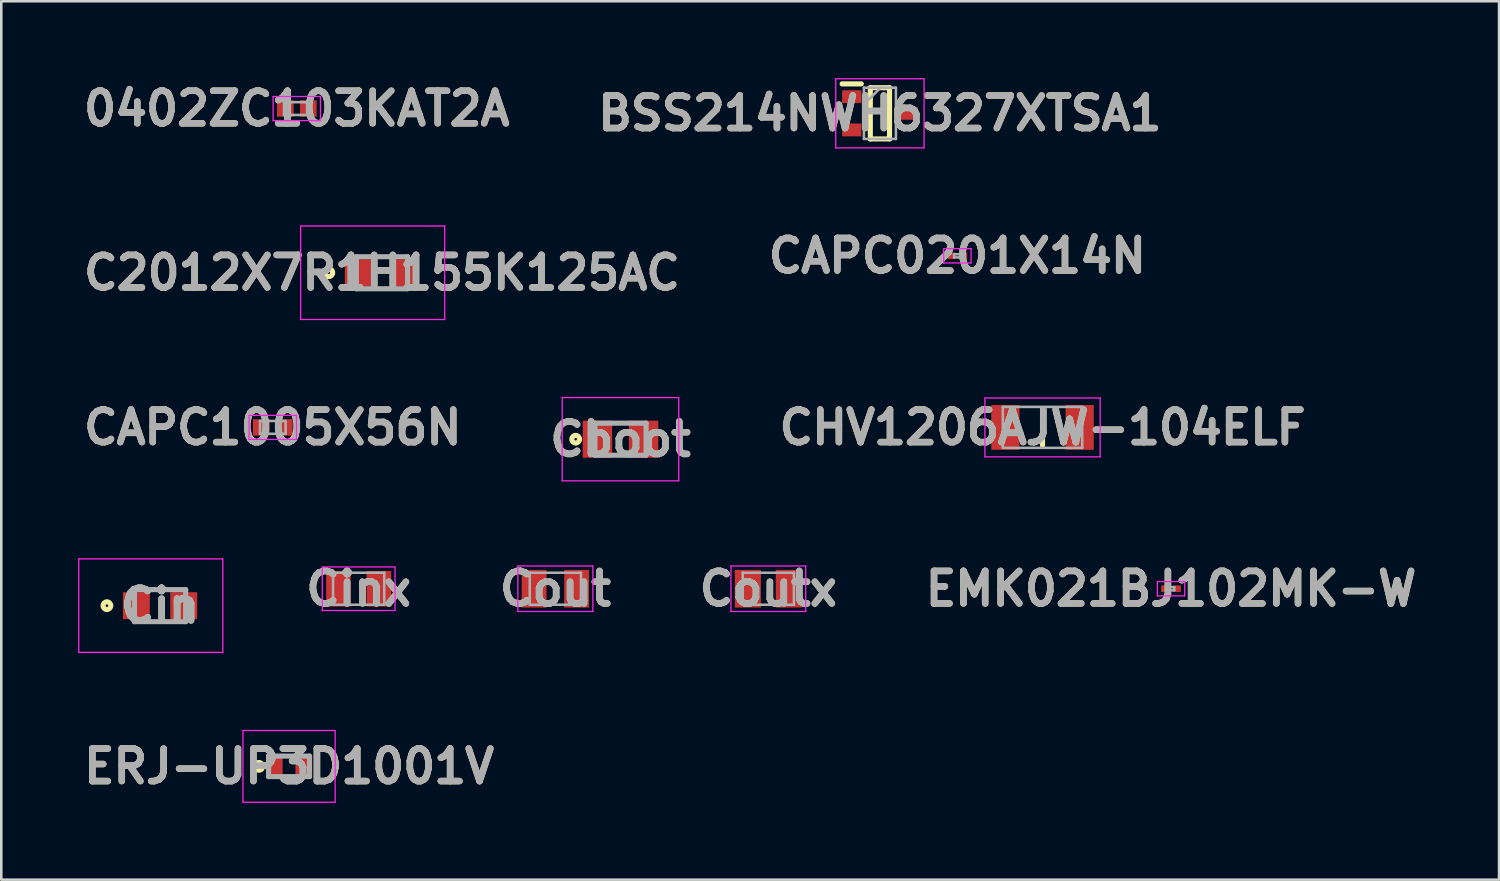
<source format=kicad_pcb>
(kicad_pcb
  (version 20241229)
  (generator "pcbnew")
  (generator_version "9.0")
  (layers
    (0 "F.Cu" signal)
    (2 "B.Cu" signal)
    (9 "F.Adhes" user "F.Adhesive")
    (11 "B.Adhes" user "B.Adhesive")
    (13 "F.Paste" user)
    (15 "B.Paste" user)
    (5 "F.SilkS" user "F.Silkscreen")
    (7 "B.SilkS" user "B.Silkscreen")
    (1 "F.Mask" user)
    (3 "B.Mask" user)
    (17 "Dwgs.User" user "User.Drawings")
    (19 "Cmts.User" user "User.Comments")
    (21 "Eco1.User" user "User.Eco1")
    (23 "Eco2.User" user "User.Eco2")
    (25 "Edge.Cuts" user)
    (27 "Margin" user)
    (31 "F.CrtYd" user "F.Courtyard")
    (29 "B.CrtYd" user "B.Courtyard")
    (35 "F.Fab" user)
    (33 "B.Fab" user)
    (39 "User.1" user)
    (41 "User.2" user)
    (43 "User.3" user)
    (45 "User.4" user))
  (footprint "ERJ-UP3D1001V"
    (layer "F.Cu")
    (at 8.237 26.875)
    (property "Reference" "ERJ-UP3D1001V" (at 0 0 0) (layer "F.SilkS") (effects (font (size 1.27 1.27) (thickness 0.254))))
    (attr smd)
    (fp_circle (center -1.175 0) (end -1.175 0.05) (stroke (width 0.2) (type solid)) (fill no) (layer "F.SilkS"))
    (fp_line (start -1.8 -1.4) (end 1.8 -1.4) (stroke (width 0.05) (type solid)) (layer "F.CrtYd"))
    (fp_line (start -1.8 1.4) (end -1.8 -1.4) (stroke (width 0.05) (type solid)) (layer "F.CrtYd"))
    (fp_line (start 1.8 -1.4) (end 1.8 1.4) (stroke (width 0.05) (type solid)) (layer "F.CrtYd"))
    (fp_line (start 1.8 1.4) (end -1.8 1.4) (stroke (width 0.05) (type solid)) (layer "F.CrtYd"))
    (fp_line (start -0.8 -0.4) (end 0.8 -0.4) (stroke (width 0.2) (type solid)) (layer "F.Fab"))
    (fp_line (start -0.8 0.4) (end -0.8 -0.4) (stroke (width 0.2) (type solid)) (layer "F.Fab"))
    (fp_line (start 0.8 -0.4) (end 0.8 0.4) (stroke (width 0.2) (type solid)) (layer "F.Fab"))
    (fp_line (start 0.8 0.4) (end -0.8 0.4) (stroke (width 0.2) (type solid)) (layer "F.Fab"))
    (fp_text user "${REFERENCE}" (at 0 0 0) (layer "F.Fab") (effects (font (size 1.27 1.27) (thickness 0.254))))
    (pad "1" smd rect (at -0.575 0) (size 0.65 0.9) (layers "F.Cu" "F.Mask" "F.Paste"))
    (pad "2" smd rect (at 0.575 0) (size 0.65 0.9) (layers "F.Cu" "F.Mask" "F.Paste")))
  (footprint "Cout"
    (layer "F.Cu")
    (at 18.636 19.939)
    (property "Reference" "Cout" (at 0 0 0) (layer "F.SilkS") (effects (font (size 1.27 1.27) (thickness 0.254))))
    (attr smd)
    (fp_line (start -1.465 -0.89) (end 1.465 -0.89) (stroke (width 0.05) (type solid)) (layer "F.CrtYd"))
    (fp_line (start -1.465 0.89) (end -1.465 -0.89) (stroke (width 0.05) (type solid)) (layer "F.CrtYd"))
    (fp_line (start 1.465 -0.89) (end 1.465 0.89) (stroke (width 0.05) (type solid)) (layer "F.CrtYd"))
    (fp_line (start 1.465 0.89) (end -1.465 0.89) (stroke (width 0.05) (type solid)) (layer "F.CrtYd"))
    (fp_line (start -1 -0.625) (end 1 -0.625) (stroke (width 0.1) (type solid)) (layer "F.Fab"))
    (fp_line (start -1 0.625) (end -1 -0.625) (stroke (width 0.1) (type solid)) (layer "F.Fab"))
    (fp_line (start 1 -0.625) (end 1 0.625) (stroke (width 0.1) (type solid)) (layer "F.Fab"))
    (fp_line (start 1 0.625) (end -1 0.625) (stroke (width 0.1) (type solid)) (layer "F.Fab"))
    (fp_text user "${REFERENCE}" (at 0 0 0) (layer "F.Fab") (effects (font (size 1.27 1.27) (thickness 0.254))))
    (pad "1" smd rect (at -0.83 0) (size 0.97 1.47) (layers "F.Cu" "F.Mask" "F.Paste"))
    (pad "2" smd rect (at 0.83 0) (size 0.97 1.47) (layers "F.Cu" "F.Mask" "F.Paste")))
  (footprint "CAPC1005X56N"
    (layer "F.Cu")
    (at 7.602 13.639)
    (property "Reference" "CAPC1005X56N" (at 0 0 0) (layer "F.SilkS") (effects (font (size 1.27 1.27) (thickness 0.254))))
    (attr smd)
    (fp_line (start -0.925 -0.47) (end 0.925 -0.47) (stroke (width 0.05) (type solid)) (layer "F.CrtYd"))
    (fp_line (start -0.925 0.47) (end -0.925 -0.47) (stroke (width 0.05) (type solid)) (layer "F.CrtYd"))
    (fp_line (start 0.925 -0.47) (end 0.925 0.47) (stroke (width 0.05) (type solid)) (layer "F.CrtYd"))
    (fp_line (start 0.925 0.47) (end -0.925 0.47) (stroke (width 0.05) (type solid)) (layer "F.CrtYd"))
    (fp_line (start -0.5 -0.25) (end 0.5 -0.25) (stroke (width 0.1) (type solid)) (layer "F.Fab"))
    (fp_line (start -0.5 0.25) (end -0.5 -0.25) (stroke (width 0.1) (type solid)) (layer "F.Fab"))
    (fp_line (start 0.5 -0.25) (end 0.5 0.25) (stroke (width 0.1) (type solid)) (layer "F.Fab"))
    (fp_line (start 0.5 0.25) (end -0.5 0.25) (stroke (width 0.1) (type solid)) (layer "F.Fab"))
    (fp_text user "${REFERENCE}" (at 0 0 0) (layer "F.Fab") (effects (font (size 1.27 1.27) (thickness 0.254))))
    (pad "1" smd rect (at -0.45 0 90) (size 0.64 0.65) (layers "F.Cu" "F.Mask" "F.Paste"))
    (pad "2" smd rect (at 0.45 0 90) (size 0.64 0.65) (layers "F.Cu" "F.Mask" "F.Paste")))
  (footprint "Cinx"
    (layer "F.Cu")
    (at 10.955 19.939)
    (property "Reference" "Cinx" (at 0 0 0) (layer "F.SilkS") (effects (font (size 1.27 1.27) (thickness 0.254))))
    (attr smd)
    (fp_line (start -1.42 -0.85) (end 1.42 -0.85) (stroke (width 0.05) (type solid)) (layer "F.CrtYd"))
    (fp_line (start -1.42 0.85) (end -1.42 -0.85) (stroke (width 0.05) (type solid)) (layer "F.CrtYd"))
    (fp_line (start 1.42 -0.85) (end 1.42 0.85) (stroke (width 0.05) (type solid)) (layer "F.CrtYd"))
    (fp_line (start 1.42 0.85) (end -1.42 0.85) (stroke (width 0.05) (type solid)) (layer "F.CrtYd"))
    (fp_line (start -1 -0.625) (end 1 -0.625) (stroke (width 0.1) (type solid)) (layer "F.Fab"))
    (fp_line (start -1 0.625) (end -1 -0.625) (stroke (width 0.1) (type solid)) (layer "F.Fab"))
    (fp_line (start 1 -0.625) (end 1 0.625) (stroke (width 0.1) (type solid)) (layer "F.Fab"))
    (fp_line (start 1 0.625) (end -1 0.625) (stroke (width 0.1) (type solid)) (layer "F.Fab"))
    (fp_text user "${REFERENCE}" (at 0 0 0) (layer "F.Fab") (effects (font (size 1.27 1.27) (thickness 0.254))))
    (pad "1" smd rect (at -0.79 0) (size 0.96 1.39) (layers "F.Cu" "F.Mask" "F.Paste"))
    (pad "2" smd rect (at 0.79 0) (size 0.96 1.39) (layers "F.Cu" "F.Mask" "F.Paste")))
  (footprint "EMK021BJ102MK-W"
    (layer "F.Cu")
    (at 42.676 19.939)
    (property "Reference" "EMK021BJ102MK-W" (at 0 0 0) (layer "F.SilkS") (effects (font (size 1.27 1.27) (thickness 0.254))))
    (attr smd)
    (fp_line (start -0.535 -0.28) (end 0.535 -0.28) (stroke (width 0.05) (type solid)) (layer "F.CrtYd"))
    (fp_line (start -0.535 0.28) (end -0.535 -0.28) (stroke (width 0.05) (type solid)) (layer "F.CrtYd"))
    (fp_line (start 0.535 -0.28) (end 0.535 0.28) (stroke (width 0.05) (type solid)) (layer "F.CrtYd"))
    (fp_line (start 0.535 0.28) (end -0.535 0.28) (stroke (width 0.05) (type solid)) (layer "F.CrtYd"))
    (fp_line (start -0.125 -0.062) (end 0.125 -0.062) (stroke (width 0.1) (type solid)) (layer "F.Fab"))
    (fp_line (start -0.125 0.062) (end -0.125 -0.062) (stroke (width 0.1) (type solid)) (layer "F.Fab"))
    (fp_line (start 0.125 -0.062) (end 0.125 0.062) (stroke (width 0.1) (type solid)) (layer "F.Fab"))
    (fp_line (start 0.125 0.062) (end -0.125 0.062) (stroke (width 0.1) (type solid)) (layer "F.Fab"))
    (fp_text user "${REFERENCE}" (at 0 0 0) (layer "F.Fab") (effects (font (size 1.27 1.27) (thickness 0.254))))
    (pad "1" smd rect (at -0.242 0 90) (size 0.26 0.285) (layers "F.Cu" "F.Mask" "F.Paste"))
    (pad "2" smd rect (at 0.242 0 90) (size 0.26 0.285) (layers "F.Cu" "F.Mask" "F.Paste")))
  (footprint "CAPC0201X14N"
    (layer "F.Cu")
    (at 34.333 6.939)
    (property "Reference" "CAPC0201X14N" (at 0 0 0) (layer "F.SilkS") (effects (font (size 1.27 1.27) (thickness 0.254))))
    (attr smd)
    (fp_line (start -0.535 -0.28) (end 0.535 -0.28) (stroke (width 0.05) (type solid)) (layer "F.CrtYd"))
    (fp_line (start -0.535 0.28) (end -0.535 -0.28) (stroke (width 0.05) (type solid)) (layer "F.CrtYd"))
    (fp_line (start 0.535 -0.28) (end 0.535 0.28) (stroke (width 0.05) (type solid)) (layer "F.CrtYd"))
    (fp_line (start 0.535 0.28) (end -0.535 0.28) (stroke (width 0.05) (type solid)) (layer "F.CrtYd"))
    (fp_line (start -0.125 -0.062) (end 0.125 -0.062) (stroke (width 0.1) (type solid)) (layer "F.Fab"))
    (fp_line (start -0.125 0.062) (end -0.125 -0.062) (stroke (width 0.1) (type solid)) (layer "F.Fab"))
    (fp_line (start 0.125 -0.062) (end 0.125 0.062) (stroke (width 0.1) (type solid)) (layer "F.Fab"))
    (fp_line (start 0.125 0.062) (end -0.125 0.062) (stroke (width 0.1) (type solid)) (layer "F.Fab"))
    (fp_text user "${REFERENCE}" (at 0 0 0) (layer "F.Fab") (effects (font (size 1.27 1.27) (thickness 0.254))))
    (pad "1" smd rect (at -0.242 0 90) (size 0.26 0.285) (layers "F.Cu" "F.Mask" "F.Paste"))
    (pad "2" smd rect (at 0.242 0 90) (size 0.26 0.285) (layers "F.Cu" "F.Mask" "F.Paste")))
  (footprint "CHV1206AJW-104ELF"
    (layer "F.Cu")
    (at 37.659 13.639)
    (property "Reference" "CHV1206AJW-104ELF" (at 0 0 0) (layer "F.SilkS") (effects (font (size 1.27 1.27) (thickness 0.254))))
    (attr smd)
    (fp_line (start 0 -0.7) (end 0 0.7) (stroke (width 0.2) (type solid)) (layer "F.SilkS"))
    (fp_line (start -2.25 -1.15) (end 2.25 -1.15) (stroke (width 0.05) (type solid)) (layer "F.CrtYd"))
    (fp_line (start -2.25 1.15) (end -2.25 -1.15) (stroke (width 0.05) (type solid)) (layer "F.CrtYd"))
    (fp_line (start 2.25 -1.15) (end 2.25 1.15) (stroke (width 0.05) (type solid)) (layer "F.CrtYd"))
    (fp_line (start 2.25 1.15) (end -2.25 1.15) (stroke (width 0.05) (type solid)) (layer "F.CrtYd"))
    (fp_line (start -1.55 -0.8) (end 1.55 -0.8) (stroke (width 0.1) (type solid)) (layer "F.Fab"))
    (fp_line (start -1.55 0.8) (end -1.55 -0.8) (stroke (width 0.1) (type solid)) (layer "F.Fab"))
    (fp_line (start 1.55 -0.8) (end 1.55 0.8) (stroke (width 0.1) (type solid)) (layer "F.Fab"))
    (fp_line (start 1.55 0.8) (end -1.55 0.8) (stroke (width 0.1) (type solid)) (layer "F.Fab"))
    (fp_text user "${REFERENCE}" (at 0 0 0) (layer "F.Fab") (effects (font (size 1.27 1.27) (thickness 0.254))))
    (pad "1" smd rect (at -1.45 0) (size 1.1 1.75) (layers "F.Cu" "F.Mask" "F.Paste"))
    (pad "2" smd rect (at 1.45 0) (size 1.1 1.75) (layers "F.Cu" "F.Mask" "F.Paste")))
  (footprint "C2012X7R1H155K125AC"
    (layer "F.Cu")
    (at 11.865 7.6)
    (property "Reference" "C2012X7R1H155K125AC" (at 0 0 0) (layer "F.SilkS") (effects (font (size 1.27 1.27) (thickness 0.254))))
    (attr smd)
    (fp_circle (center -2.075 0) (end -2.075 0.05) (stroke (width 0.2) (type solid)) (fill no) (layer "F.SilkS"))
    (fp_line (start -3.175 -1.825) (end 2.45 -1.825) (stroke (width 0.05) (type solid)) (layer "F.CrtYd"))
    (fp_line (start -3.175 1.825) (end -3.175 -1.825) (stroke (width 0.05) (type solid)) (layer "F.CrtYd"))
    (fp_line (start 2.45 -1.825) (end 2.45 1.825) (stroke (width 0.05) (type solid)) (layer "F.CrtYd"))
    (fp_line (start 2.45 1.825) (end -3.175 1.825) (stroke (width 0.05) (type solid)) (layer "F.CrtYd"))
    (fp_line (start -1 -0.625) (end 1 -0.625) (stroke (width 0.2) (type solid)) (layer "F.Fab"))
    (fp_line (start -1 0.625) (end -1 -0.625) (stroke (width 0.2) (type solid)) (layer "F.Fab"))
    (fp_line (start 1 -0.625) (end 1 0.625) (stroke (width 0.2) (type solid)) (layer "F.Fab"))
    (fp_line (start 1 0.625) (end -1 0.625) (stroke (width 0.2) (type solid)) (layer "F.Fab"))
    (fp_text user "${REFERENCE}" (at 0 0 0) (layer "F.Fab") (effects (font (size 1.27 1.27) (thickness 0.254))))
    (pad "1" smd rect (at -0.925 0 90) (size 1.05 1.05) (layers "F.Cu" "F.Mask" "F.Paste"))
    (pad "2" smd rect (at 0.925 0 90) (size 1.05 1.05) (layers "F.Cu" "F.Mask" "F.Paste")))
  (footprint "BSS214NWH6327XTSA1"
    (layer "F.Cu")
    (at 31.309 1.375)
    (property "Reference" "BSS214NWH6327XTSA1" (at 0 0 0) (layer "F.SilkS") (effects (font (size 1.27 1.27) (thickness 0.254))))
    (attr smd)
    (fp_line (start -1.475 -1.15) (end -0.725 -1.15) (stroke (width 0.2) (type solid)) (layer "F.SilkS"))
    (fp_line (start -0.375 -1) (end 0.375 -1) (stroke (width 0.2) (type solid)) (layer "F.SilkS"))
    (fp_line (start -0.375 1) (end -0.375 -1) (stroke (width 0.2) (type solid)) (layer "F.SilkS"))
    (fp_line (start 0.375 -1) (end 0.375 1) (stroke (width 0.2) (type solid)) (layer "F.SilkS"))
    (fp_line (start 0.375 1) (end -0.375 1) (stroke (width 0.2) (type solid)) (layer "F.SilkS"))
    (fp_line (start -1.725 -1.35) (end 1.725 -1.35) (stroke (width 0.05) (type solid)) (layer "F.CrtYd"))
    (fp_line (start -1.725 1.35) (end -1.725 -1.35) (stroke (width 0.05) (type solid)) (layer "F.CrtYd"))
    (fp_line (start 1.725 -1.35) (end 1.725 1.35) (stroke (width 0.05) (type solid)) (layer "F.CrtYd"))
    (fp_line (start 1.725 1.35) (end -1.725 1.35) (stroke (width 0.05) (type solid)) (layer "F.CrtYd"))
    (fp_line (start -0.625 -1) (end 0.625 -1) (stroke (width 0.1) (type solid)) (layer "F.Fab"))
    (fp_line (start -0.625 -0.35) (end 0.025 -1) (stroke (width 0.1) (type solid)) (layer "F.Fab"))
    (fp_line (start -0.625 1) (end -0.625 -1) (stroke (width 0.1) (type solid)) (layer "F.Fab"))
    (fp_line (start 0.625 -1) (end 0.625 1) (stroke (width 0.1) (type solid)) (layer "F.Fab"))
    (fp_line (start 0.625 1) (end -0.625 1) (stroke (width 0.1) (type solid)) (layer "F.Fab"))
    (fp_text user "${REFERENCE}" (at 0 0 0) (layer "F.Fab") (effects (font (size 1.27 1.27) (thickness 0.254))))
    (pad "1" smd rect (at -1.1 -0.65 90) (size 0.5 0.75) (layers "F.Cu" "F.Mask" "F.Paste"))
    (pad "2" smd rect (at -1.1 0.65 90) (size 0.5 0.75) (layers "F.Cu" "F.Mask" "F.Paste"))
    (pad "3" smd rect (at 1.1 0 90) (size 0.5 0.75) (layers "F.Cu" "F.Mask" "F.Paste")))
  (footprint "Cboot"
    (layer "F.Cu")
    (at 21.179 14.1)
    (property "Reference" "Cboot" (at 0 0 0) (layer "F.SilkS") (effects (font (size 1.27 1.27) (thickness 0.254))))
    (attr smd)
    (fp_circle (center -1.75 0) (end -1.75 0.05) (stroke (width 0.2) (type solid)) (fill no) (layer "F.SilkS"))
    (fp_line (start -2.275 -1.625) (end 2.275 -1.625) (stroke (width 0.05) (type solid)) (layer "F.CrtYd"))
    (fp_line (start -2.275 1.625) (end -2.275 -1.625) (stroke (width 0.05) (type solid)) (layer "F.CrtYd"))
    (fp_line (start 2.275 -1.625) (end 2.275 1.625) (stroke (width 0.05) (type solid)) (layer "F.CrtYd"))
    (fp_line (start 2.275 1.625) (end -2.275 1.625) (stroke (width 0.05) (type solid)) (layer "F.CrtYd"))
    (fp_line (start -1 -0.625) (end 1 -0.625) (stroke (width 0.2) (type solid)) (layer "F.Fab"))
    (fp_line (start -1 0.625) (end -1 -0.625) (stroke (width 0.2) (type solid)) (layer "F.Fab"))
    (fp_line (start 1 -0.625) (end 1 0.625) (stroke (width 0.2) (type solid)) (layer "F.Fab"))
    (fp_line (start 1 0.625) (end -1 0.625) (stroke (width 0.2) (type solid)) (layer "F.Fab"))
    (fp_text user "${REFERENCE}" (at 0 0 0) (layer "F.Fab") (effects (font (size 1.27 1.27) (thickness 0.254))))
    (pad "1" smd rect (at -0.9 0) (size 1.15 1.45) (layers "F.Cu" "F.Mask" "F.Paste"))
    (pad "2" smd rect (at 0.9 0) (size 1.15 1.45) (layers "F.Cu" "F.Mask" "F.Paste")))
  (footprint "Coutx"
    (layer "F.Cu")
    (at 26.952 19.939)
    (property "Reference" "Coutx" (at 0 0 0) (layer "F.SilkS") (effects (font (size 1.27 1.27) (thickness 0.254))))
    (attr smd)
    (fp_line (start -1.46 -0.89) (end 1.46 -0.89) (stroke (width 0.05) (type solid)) (layer "F.CrtYd"))
    (fp_line (start -1.46 0.89) (end -1.46 -0.89) (stroke (width 0.05) (type solid)) (layer "F.CrtYd"))
    (fp_line (start 1.46 -0.89) (end 1.46 0.89) (stroke (width 0.05) (type solid)) (layer "F.CrtYd"))
    (fp_line (start 1.46 0.89) (end -1.46 0.89) (stroke (width 0.05) (type solid)) (layer "F.CrtYd"))
    (fp_line (start -1 -0.625) (end 1 -0.625) (stroke (width 0.1) (type solid)) (layer "F.Fab"))
    (fp_line (start -1 0.625) (end -1 -0.625) (stroke (width 0.1) (type solid)) (layer "F.Fab"))
    (fp_line (start 1 -0.625) (end 1 0.625) (stroke (width 0.1) (type solid)) (layer "F.Fab"))
    (fp_line (start 1 0.625) (end -1 0.625) (stroke (width 0.1) (type solid)) (layer "F.Fab"))
    (fp_text user "${REFERENCE}" (at 0 0 0) (layer "F.Fab") (effects (font (size 1.27 1.27) (thickness 0.254))))
    (pad "1" smd rect (at -0.8 0) (size 1.02 1.47) (layers "F.Cu" "F.Mask" "F.Paste"))
    (pad "2" smd rect (at 0.8 0) (size 1.02 1.47) (layers "F.Cu" "F.Mask" "F.Paste")))
  (footprint "0402ZC103KAT2A"
    (layer "F.Cu")
    (at 8.539 1.189)
    (property "Reference" "0402ZC103KAT2A" (at 0 0 0) (layer "F.SilkS") (effects (font (size 1.27 1.27) (thickness 0.254))))
    (attr smd)
    (fp_line (start -0.925 -0.47) (end 0.925 -0.47) (stroke (width 0.05) (type solid)) (layer "F.CrtYd"))
    (fp_line (start -0.925 0.47) (end -0.925 -0.47) (stroke (width 0.05) (type solid)) (layer "F.CrtYd"))
    (fp_line (start 0.925 -0.47) (end 0.925 0.47) (stroke (width 0.05) (type solid)) (layer "F.CrtYd"))
    (fp_line (start 0.925 0.47) (end -0.925 0.47) (stroke (width 0.05) (type solid)) (layer "F.CrtYd"))
    (fp_line (start -0.5 -0.25) (end 0.5 -0.25) (stroke (width 0.1) (type solid)) (layer "F.Fab"))
    (fp_line (start -0.5 0.25) (end -0.5 -0.25) (stroke (width 0.1) (type solid)) (layer "F.Fab"))
    (fp_line (start 0.5 -0.25) (end 0.5 0.25) (stroke (width 0.1) (type solid)) (layer "F.Fab"))
    (fp_line (start 0.5 0.25) (end -0.5 0.25) (stroke (width 0.1) (type solid)) (layer "F.Fab"))
    (fp_text user "${REFERENCE}" (at 0 0 0) (layer "F.Fab") (effects (font (size 1.27 1.27) (thickness 0.254))))
    (pad "1" smd rect (at -0.45 0 90) (size 0.64 0.65) (layers "F.Cu" "F.Mask" "F.Paste"))
    (pad "2" smd rect (at 0.45 0 90) (size 0.64 0.65) (layers "F.Cu" "F.Mask" "F.Paste")))
  (footprint "Cin"
    (layer "F.Cu")
    (at 3.2 20.6)
    (property "Reference" "Cin" (at 0 0 0) (layer "F.SilkS") (effects (font (size 1.27 1.27) (thickness 0.254))))
    (attr smd)
    (fp_circle (center -2.075 0) (end -2.075 0.05) (stroke (width 0.2) (type solid)) (fill no) (layer "F.SilkS"))
    (fp_line (start -3.175 -1.825) (end 2.45 -1.825) (stroke (width 0.05) (type solid)) (layer "F.CrtYd"))
    (fp_line (start -3.175 1.825) (end -3.175 -1.825) (stroke (width 0.05) (type solid)) (layer "F.CrtYd"))
    (fp_line (start 2.45 -1.825) (end 2.45 1.825) (stroke (width 0.05) (type solid)) (layer "F.CrtYd"))
    (fp_line (start 2.45 1.825) (end -3.175 1.825) (stroke (width 0.05) (type solid)) (layer "F.CrtYd"))
    (fp_line (start -1 -0.625) (end 1 -0.625) (stroke (width 0.2) (type solid)) (layer "F.Fab"))
    (fp_line (start -1 0.625) (end -1 -0.625) (stroke (width 0.2) (type solid)) (layer "F.Fab"))
    (fp_line (start 1 -0.625) (end 1 0.625) (stroke (width 0.2) (type solid)) (layer "F.Fab"))
    (fp_line (start 1 0.625) (end -1 0.625) (stroke (width 0.2) (type solid)) (layer "F.Fab"))
    (fp_text user "${REFERENCE}" (at 0 0 0) (layer "F.Fab") (effects (font (size 1.27 1.27) (thickness 0.254))))
    (pad "1" smd rect (at -0.925 0 90) (size 1.05 1.05) (layers "F.Cu" "F.Mask" "F.Paste"))
    (pad "2" smd rect (at 0.925 0 90) (size 1.05 1.05) (layers "F.Cu" "F.Mask" "F.Paste")))
  (gr_rect
    (start -3 -3)
    (end 55.485 31.3)
    (stroke (width 0.1) (type default))
    (fill no)
    (layer "Edge.Cuts")))
</source>
